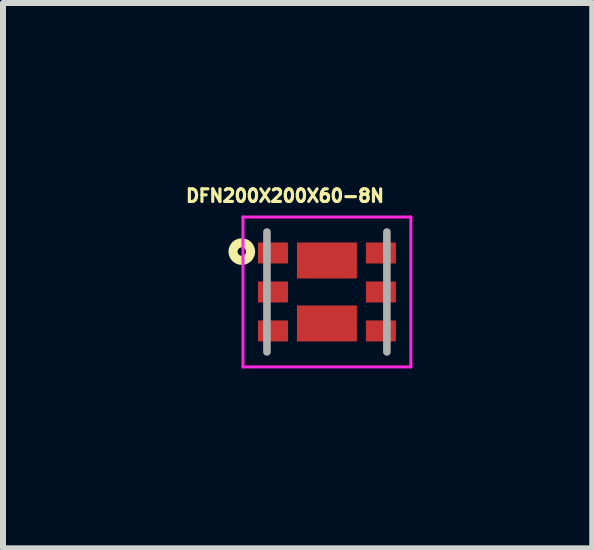
<source format=kicad_pcb>
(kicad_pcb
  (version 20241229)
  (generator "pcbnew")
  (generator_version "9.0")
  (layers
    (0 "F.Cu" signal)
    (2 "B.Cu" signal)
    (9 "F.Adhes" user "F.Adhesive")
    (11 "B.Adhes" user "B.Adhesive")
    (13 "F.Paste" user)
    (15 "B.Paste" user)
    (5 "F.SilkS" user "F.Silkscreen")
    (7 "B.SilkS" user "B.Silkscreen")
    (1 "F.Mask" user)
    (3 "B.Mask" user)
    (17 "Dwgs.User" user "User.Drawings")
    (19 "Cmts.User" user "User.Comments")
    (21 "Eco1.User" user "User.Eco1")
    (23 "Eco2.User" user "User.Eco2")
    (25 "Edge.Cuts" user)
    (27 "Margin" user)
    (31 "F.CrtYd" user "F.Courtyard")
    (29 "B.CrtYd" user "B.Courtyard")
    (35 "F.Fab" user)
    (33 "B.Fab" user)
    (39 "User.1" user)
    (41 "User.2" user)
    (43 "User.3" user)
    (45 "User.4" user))
  (footprint "DFN200X200X60-8N"
    (layer "F.Cu")
    (at 2.402 1.819)
    (property "Reference" "DFN200X200X60-8N" (at -0.699 -1.604 0) (layer "F.SilkS") (effects (font (size 0.21 0.21) (thickness 0.15))))
    (attr smd)
    (fp_poly (pts (xy -1.266 -0.875) (xy -0.6 -0.875) (xy -0.6 -0.448) (xy -1.266 -0.448)) (stroke (width 0.01) (type solid)) (fill yes) (layer "F.Mask"))
    (fp_poly (pts (xy -1.263 0.425) (xy -0.6 0.425) (xy -0.6 0.921) (xy -1.263 0.921)) (stroke (width 0.01) (type solid)) (fill yes) (layer "F.Mask"))
    (fp_poly (pts (xy -1.259 -0.225) (xy -0.6 -0.225) (xy -0.6 0.236) (xy -1.259 0.236)) (stroke (width 0.01) (type solid)) (fill yes) (layer "F.Mask"))
    (fp_poly (pts (xy -0.578 -0.875) (xy 0.55 -0.875) (xy 0.55 -0.184) (xy -0.578 -0.184)) (stroke (width 0.01) (type solid)) (fill yes) (layer "F.Mask"))
    (fp_poly (pts (xy -0.575 0.175) (xy 0.55 0.175) (xy 0.55 0.914) (xy -0.575 0.914)) (stroke (width 0.01) (type solid)) (fill yes) (layer "F.Mask"))
    (fp_poly (pts (xy 0.626 -0.225) (xy 1.2 -0.225) (xy 1.2 0.235) (xy 0.626 0.235)) (stroke (width 0.01) (type solid)) (fill yes) (layer "F.Mask"))
    (fp_poly (pts (xy 0.627 0.425) (xy 1.2 0.425) (xy 1.2 0.915) (xy 0.627 0.915)) (stroke (width 0.01) (type solid)) (fill yes) (layer "F.Mask"))
    (fp_poly (pts (xy 0.63 -0.875) (xy 1.2 -0.875) (xy 1.2 -0.446) (xy 0.63 -0.446)) (stroke (width 0.01) (type solid)) (fill yes) (layer "F.Mask"))
    (fp_circle (center -1.42 -0.673) (end -1.35 -0.673) (stroke (width 0.152) (type solid)) (fill no) (layer "F.SilkS"))
    (fp_line (start -1.4 -1.25) (end -1.4 1.25) (stroke (width 0.05) (type solid)) (layer "F.CrtYd"))
    (fp_line (start -1.4 1.25) (end 1.4 1.25) (stroke (width 0.05) (type solid)) (layer "F.CrtYd"))
    (fp_line (start 1.4 -1.25) (end -1.4 -1.25) (stroke (width 0.05) (type solid)) (layer "F.CrtYd"))
    (fp_line (start 1.4 1.25) (end 1.4 -1.25) (stroke (width 0.05) (type solid)) (layer "F.CrtYd"))
    (fp_line (start -1 -1) (end -1 1) (stroke (width 0.127) (type solid)) (layer "F.Fab"))
    (fp_line (start 1 1) (end 1 -1) (stroke (width 0.127) (type solid)) (layer "F.Fab"))
    (pad "1" smd rect (at -0.9 -0.65 90) (size 0.35 0.5) (layers "F.Cu" "F.Paste"))
    (pad "2" smd rect (at -0.9 0 90) (size 0.35 0.5) (layers "F.Cu" "F.Paste"))
    (pad "3" smd rect (at -0.9 0.65 90) (size 0.35 0.5) (layers "F.Cu" "F.Paste"))
    (pad "4" smd rect (at 0.9 0.65 90) (size 0.35 0.5) (layers "F.Cu" "F.Paste"))
    (pad "5" smd rect (at 0.9 0 90) (size 0.35 0.5) (layers "F.Cu" "F.Paste"))
    (pad "6" smd rect (at 0.9 -0.65 90) (size 0.35 0.5) (layers "F.Cu" "F.Paste"))
    (pad "7" smd rect (at 0 -0.525 90) (size 0.6 1) (layers "F.Cu" "F.Paste"))
    (pad "8" smd rect (at 0 0.525 90) (size 0.6 1) (layers "F.Cu" "F.Paste")))
  (gr_rect
    (start -3 -3)
    (end 6.827 6.094)
    (stroke (width 0.1) (type default))
    (fill no)
    (layer "Edge.Cuts")))
</source>
